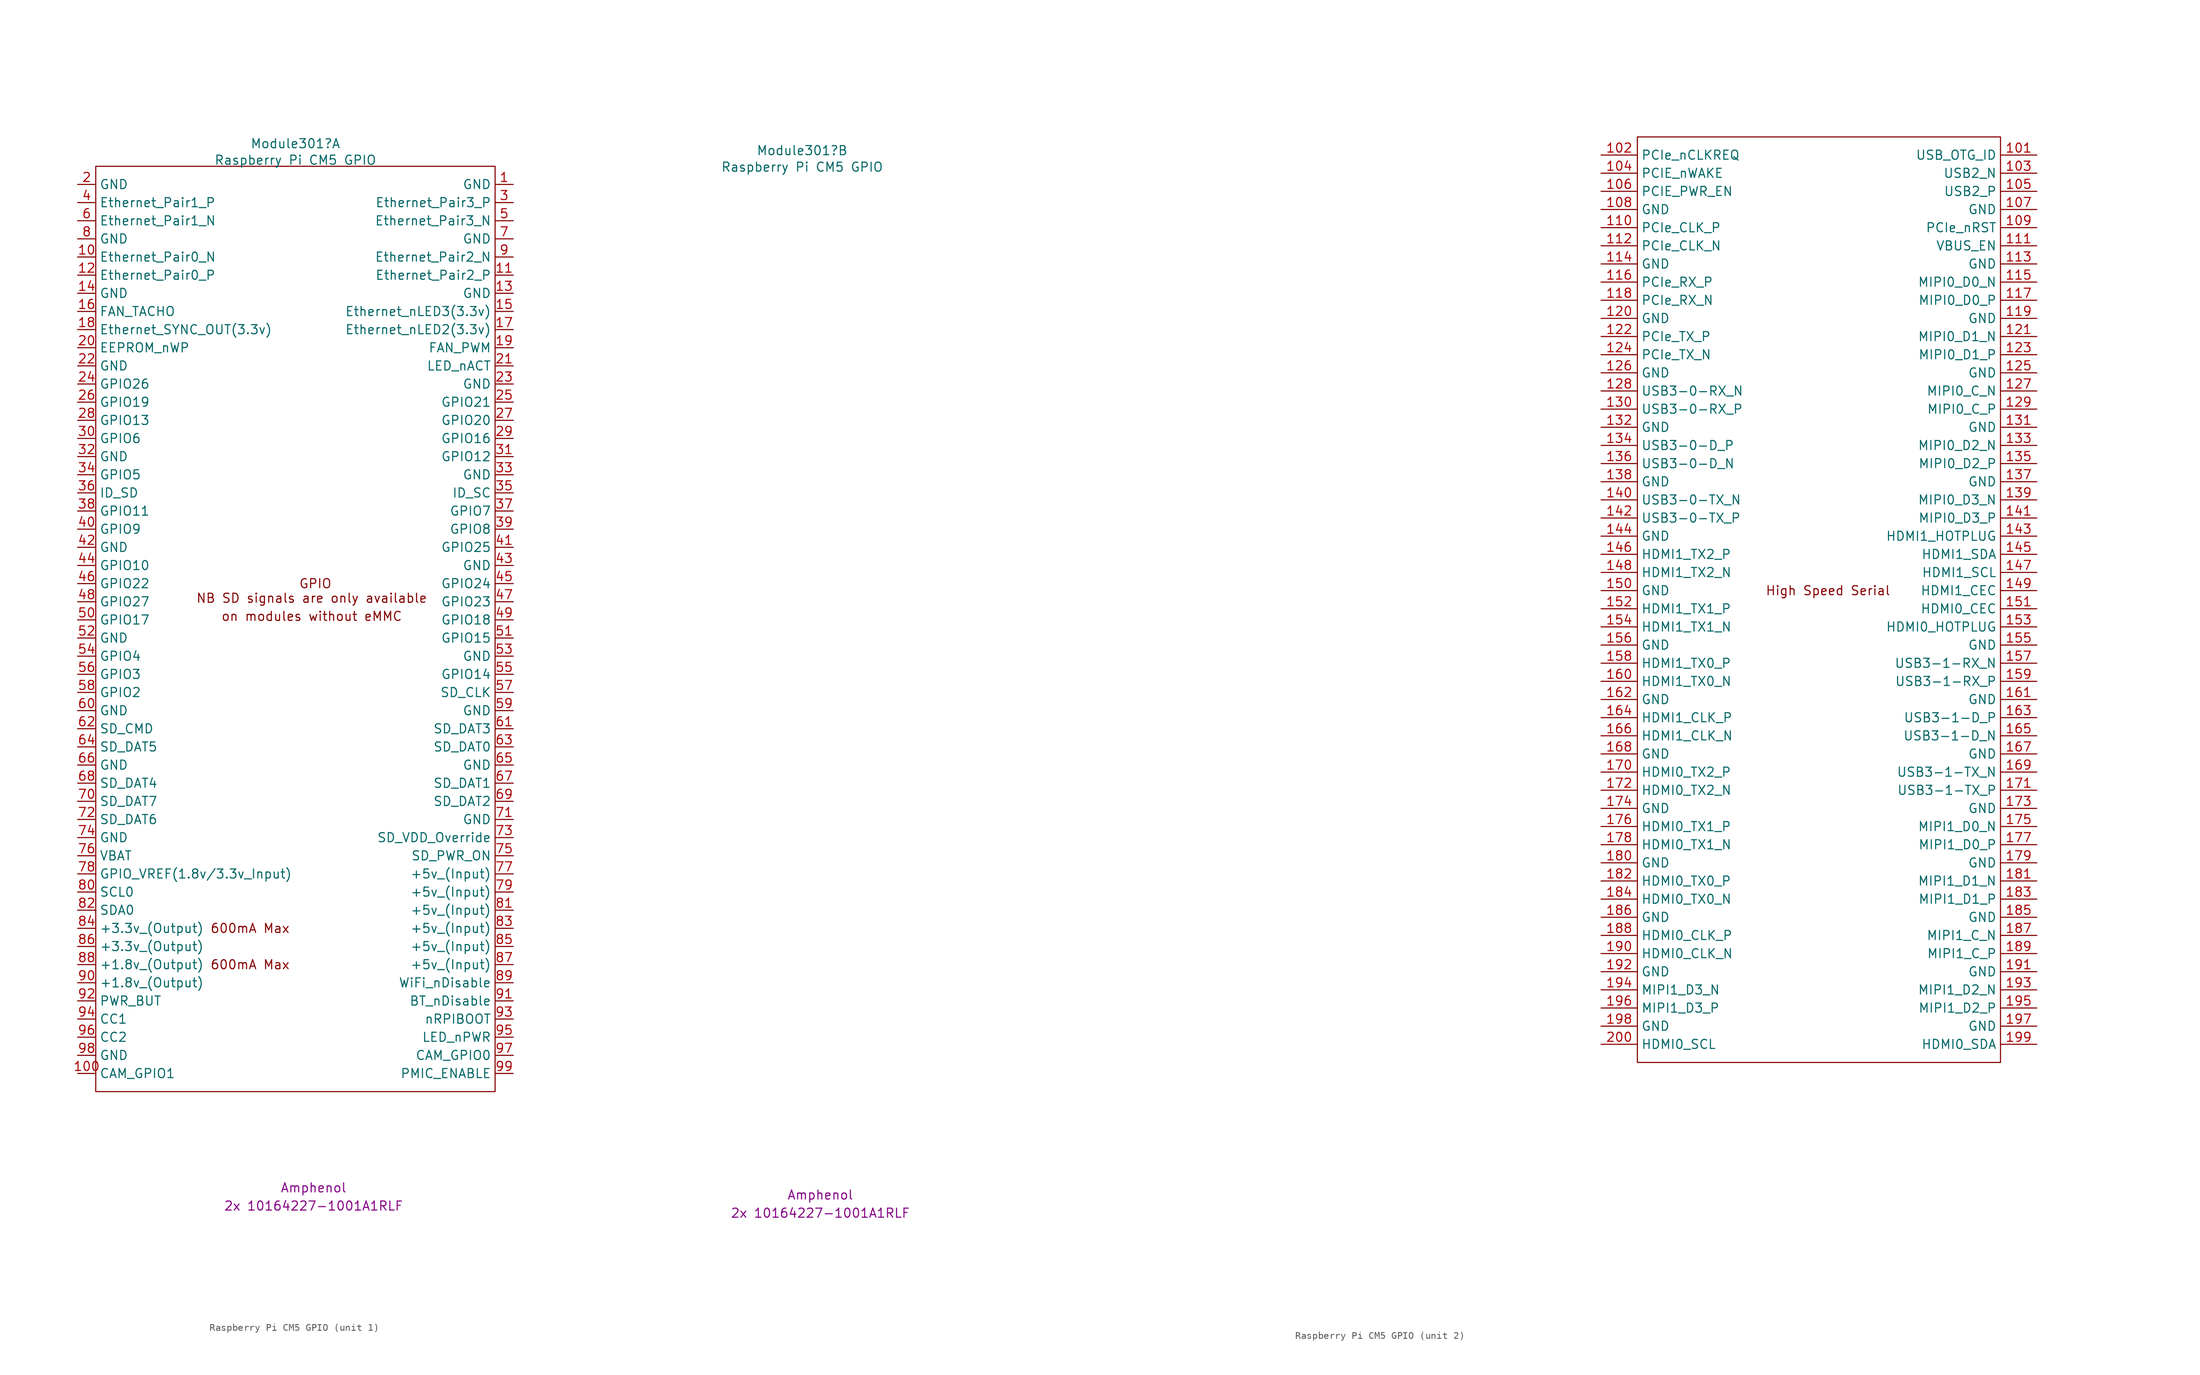
<source format=kicad_sym>
(kicad_symbol_lib
  (version 20231120)
  (generator "kicad_symbol_editor")
  (generator_version "8.0")
  (symbol "Raspberry Pi CM5 GPIO"
    (property "Reference" "Module301"
      (at -2.54 61.595 0)
      (effects (font (size 1.27 1.27))))
    (property "Value" "Raspberry Pi CM5 GPIO"
      (at -2.54 59.284 0)
      (effects (font (size 1.27 1.27))))
    (property "Field4" "Amphenol"
      (at 0 -84.582 0)
      (effects (font (size 1.27 1.27))))
    (property "Field5" "2x 10164227-1001A1RLF"
      (at 0 -87.122 0)
      (effects (font (size 1.27 1.27))))
    (property "ki_locked" ""
      (at 0 0 0)
      (effects (font (size 1.27 1.27))))
    (symbol "Raspberry Pi CM5 GPIO_1_0"
      (text "GPIO" (at 0.254 0 0) (effects (font (size 1.27 1.27)))))
    (symbol "Raspberry Pi CM5 GPIO_1_1"
      (rectangle (start -30.48 -71.12) (end 25.4 58.42) (stroke (width 0) (type default)) (fill (type none)))
      (text "600mA Max" (at -8.89 -53.34 0) (effects (font (size 1.27 1.27))))
      (text "600mA Max" (at -8.89 -48.26 0) (effects (font (size 1.27 1.27))))
      (text "NB SD signals are only available" (at -0.254 -2.032 0) (effects (font (size 1.27 1.27))))
      (text "on modules without eMMC" (at -0.254 -4.572 0) (effects (font (size 1.27 1.27))))
      (pin power_in line (at 27.94 55.88 180) (length 2.54) (name "GND" (effects (font (size 1.27 1.27)))) (number "1" (effects (font (size 1.27 1.27)))))
      (pin passive line (at -33.02 45.72 0) (length 2.54) (name "Ethernet_Pair0_N" (effects (font (size 1.27 1.27)))) (number "10" (effects (font (size 1.27 1.27)))))
      (pin passive line (at -33.02 -68.58 0) (length 2.54) (name "CAM_GPIO1" (effects (font (size 1.27 1.27)))) (number "100" (effects (font (size 1.27 1.27)))))
      (pin passive line (at 27.94 43.18 180) (length 2.54) (name "Ethernet_Pair2_P" (effects (font (size 1.27 1.27)))) (number "11" (effects (font (size 1.27 1.27)))))
      (pin passive line (at -33.02 43.18 0) (length 2.54) (name "Ethernet_Pair0_P" (effects (font (size 1.27 1.27)))) (number "12" (effects (font (size 1.27 1.27)))))
      (pin power_in line (at 27.94 40.64 180) (length 2.54) (name "GND" (effects (font (size 1.27 1.27)))) (number "13" (effects (font (size 1.27 1.27)))))
      (pin power_in line (at -33.02 40.64 0) (length 2.54) (name "GND" (effects (font (size 1.27 1.27)))) (number "14" (effects (font (size 1.27 1.27)))))
      (pin output line (at 27.94 38.1 180) (length 2.54) (name "Ethernet_nLED3(3.3v)" (effects (font (size 1.27 1.27)))) (number "15" (effects (font (size 1.27 1.27)))))
      (pin input line (at -33.02 38.1 0) (length 2.54) (name "FAN_TACHO" (effects (font (size 1.27 1.27)))) (number "16" (effects (font (size 1.27 1.27)))))
      (pin output line (at 27.94 35.56 180) (length 2.54) (name "Ethernet_nLED2(3.3v)" (effects (font (size 1.27 1.27)))) (number "17" (effects (font (size 1.27 1.27)))))
      (pin input line (at -33.02 35.56 0) (length 2.54) (name "Ethernet_SYNC_OUT(3.3v)" (effects (font (size 1.27 1.27)))) (number "18" (effects (font (size 1.27 1.27)))))
      (pin output line (at 27.94 33.02 180) (length 2.54) (name "FAN_PWM" (effects (font (size 1.27 1.27)))) (number "19" (effects (font (size 1.27 1.27)))))
      (pin power_in line (at -33.02 55.88 0) (length 2.54) (name "GND" (effects (font (size 1.27 1.27)))) (number "2" (effects (font (size 1.27 1.27)))))
      (pin passive line (at -33.02 33.02 0) (length 2.54) (name "EEPROM_nWP" (effects (font (size 1.27 1.27)))) (number "20" (effects (font (size 1.27 1.27)))))
      (pin open_collector line (at 27.94 30.48 180) (length 2.54) (name "LED_nACT" (effects (font (size 1.27 1.27)))) (number "21" (effects (font (size 1.27 1.27)))))
      (pin power_in line (at -33.02 30.48 0) (length 2.54) (name "GND" (effects (font (size 1.27 1.27)))) (number "22" (effects (font (size 1.27 1.27)))))
      (pin power_in line (at 27.94 27.94 180) (length 2.54) (name "GND" (effects (font (size 1.27 1.27)))) (number "23" (effects (font (size 1.27 1.27)))))
      (pin passive line (at -33.02 27.94 0) (length 2.54) (name "GPIO26" (effects (font (size 1.27 1.27)))) (number "24" (effects (font (size 1.27 1.27)))))
      (pin passive line (at 27.94 25.4 180) (length 2.54) (name "GPIO21" (effects (font (size 1.27 1.27)))) (number "25" (effects (font (size 1.27 1.27)))))
      (pin passive line (at -33.02 25.4 0) (length 2.54) (name "GPIO19" (effects (font (size 1.27 1.27)))) (number "26" (effects (font (size 1.27 1.27)))))
      (pin passive line (at 27.94 22.86 180) (length 2.54) (name "GPIO20" (effects (font (size 1.27 1.27)))) (number "27" (effects (font (size 1.27 1.27)))))
      (pin passive line (at -33.02 22.86 0) (length 2.54) (name "GPIO13" (effects (font (size 1.27 1.27)))) (number "28" (effects (font (size 1.27 1.27)))))
      (pin passive line (at 27.94 20.32 180) (length 2.54) (name "GPIO16" (effects (font (size 1.27 1.27)))) (number "29" (effects (font (size 1.27 1.27)))))
      (pin passive line (at 27.94 53.34 180) (length 2.54) (name "Ethernet_Pair3_P" (effects (font (size 1.27 1.27)))) (number "3" (effects (font (size 1.27 1.27)))))
      (pin passive line (at -33.02 20.32 0) (length 2.54) (name "GPIO6" (effects (font (size 1.27 1.27)))) (number "30" (effects (font (size 1.27 1.27)))))
      (pin passive line (at 27.94 17.78 180) (length 2.54) (name "GPIO12" (effects (font (size 1.27 1.27)))) (number "31" (effects (font (size 1.27 1.27)))))
      (pin power_in line (at -33.02 17.78 0) (length 2.54) (name "GND" (effects (font (size 1.27 1.27)))) (number "32" (effects (font (size 1.27 1.27)))))
      (pin power_in line (at 27.94 15.24 180) (length 2.54) (name "GND" (effects (font (size 1.27 1.27)))) (number "33" (effects (font (size 1.27 1.27)))))
      (pin passive line (at -33.02 15.24 0) (length 2.54) (name "GPIO5" (effects (font (size 1.27 1.27)))) (number "34" (effects (font (size 1.27 1.27)))))
      (pin passive line (at 27.94 12.7 180) (length 2.54) (name "ID_SC" (effects (font (size 1.27 1.27)))) (number "35" (effects (font (size 1.27 1.27)))))
      (pin passive line (at -33.02 12.7 0) (length 2.54) (name "ID_SD" (effects (font (size 1.27 1.27)))) (number "36" (effects (font (size 1.27 1.27)))))
      (pin passive line (at 27.94 10.16 180) (length 2.54) (name "GPIO7" (effects (font (size 1.27 1.27)))) (number "37" (effects (font (size 1.27 1.27)))))
      (pin passive line (at -33.02 10.16 0) (length 2.54) (name "GPIO11" (effects (font (size 1.27 1.27)))) (number "38" (effects (font (size 1.27 1.27)))))
      (pin passive line (at 27.94 7.62 180) (length 2.54) (name "GPIO8" (effects (font (size 1.27 1.27)))) (number "39" (effects (font (size 1.27 1.27)))))
      (pin passive line (at -33.02 53.34 0) (length 2.54) (name "Ethernet_Pair1_P" (effects (font (size 1.27 1.27)))) (number "4" (effects (font (size 1.27 1.27)))))
      (pin passive line (at -33.02 7.62 0) (length 2.54) (name "GPIO9" (effects (font (size 1.27 1.27)))) (number "40" (effects (font (size 1.27 1.27)))))
      (pin passive line (at 27.94 5.08 180) (length 2.54) (name "GPIO25" (effects (font (size 1.27 1.27)))) (number "41" (effects (font (size 1.27 1.27)))))
      (pin power_in line (at -33.02 5.08 0) (length 2.54) (name "GND" (effects (font (size 1.27 1.27)))) (number "42" (effects (font (size 1.27 1.27)))))
      (pin power_in line (at 27.94 2.54 180) (length 2.54) (name "GND" (effects (font (size 1.27 1.27)))) (number "43" (effects (font (size 1.27 1.27)))))
      (pin passive line (at -33.02 2.54 0) (length 2.54) (name "GPIO10" (effects (font (size 1.27 1.27)))) (number "44" (effects (font (size 1.27 1.27)))))
      (pin passive line (at 27.94 0 180) (length 2.54) (name "GPIO24" (effects (font (size 1.27 1.27)))) (number "45" (effects (font (size 1.27 1.27)))))
      (pin passive line (at -33.02 0 0) (length 2.54) (name "GPIO22" (effects (font (size 1.27 1.27)))) (number "46" (effects (font (size 1.27 1.27)))))
      (pin passive line (at 27.94 -2.54 180) (length 2.54) (name "GPIO23" (effects (font (size 1.27 1.27)))) (number "47" (effects (font (size 1.27 1.27)))))
      (pin passive line (at -33.02 -2.54 0) (length 2.54) (name "GPIO27" (effects (font (size 1.27 1.27)))) (number "48" (effects (font (size 1.27 1.27)))))
      (pin passive line (at 27.94 -5.08 180) (length 2.54) (name "GPIO18" (effects (font (size 1.27 1.27)))) (number "49" (effects (font (size 1.27 1.27)))))
      (pin passive line (at 27.94 50.8 180) (length 2.54) (name "Ethernet_Pair3_N" (effects (font (size 1.27 1.27)))) (number "5" (effects (font (size 1.27 1.27)))))
      (pin passive line (at -33.02 -5.08 0) (length 2.54) (name "GPIO17" (effects (font (size 1.27 1.27)))) (number "50" (effects (font (size 1.27 1.27)))))
      (pin passive line (at 27.94 -7.62 180) (length 2.54) (name "GPIO15" (effects (font (size 1.27 1.27)))) (number "51" (effects (font (size 1.27 1.27)))))
      (pin power_in line (at -33.02 -7.62 0) (length 2.54) (name "GND" (effects (font (size 1.27 1.27)))) (number "52" (effects (font (size 1.27 1.27)))))
      (pin power_in line (at 27.94 -10.16 180) (length 2.54) (name "GND" (effects (font (size 1.27 1.27)))) (number "53" (effects (font (size 1.27 1.27)))))
      (pin passive line (at -33.02 -10.16 0) (length 2.54) (name "GPIO4" (effects (font (size 1.27 1.27)))) (number "54" (effects (font (size 1.27 1.27)))))
      (pin passive line (at 27.94 -12.7 180) (length 2.54) (name "GPIO14" (effects (font (size 1.27 1.27)))) (number "55" (effects (font (size 1.27 1.27)))))
      (pin passive line (at -33.02 -12.7 0) (length 2.54) (name "GPIO3" (effects (font (size 1.27 1.27)))) (number "56" (effects (font (size 1.27 1.27)))))
      (pin passive line (at 27.94 -15.24 180) (length 2.54) (name "SD_CLK" (effects (font (size 1.27 1.27)))) (number "57" (effects (font (size 1.27 1.27)))))
      (pin passive line (at -33.02 -15.24 0) (length 2.54) (name "GPIO2" (effects (font (size 1.27 1.27)))) (number "58" (effects (font (size 1.27 1.27)))))
      (pin power_in line (at 27.94 -17.78 180) (length 2.54) (name "GND" (effects (font (size 1.27 1.27)))) (number "59" (effects (font (size 1.27 1.27)))))
      (pin passive line (at -33.02 50.8 0) (length 2.54) (name "Ethernet_Pair1_N" (effects (font (size 1.27 1.27)))) (number "6" (effects (font (size 1.27 1.27)))))
      (pin power_in line (at -33.02 -17.78 0) (length 2.54) (name "GND" (effects (font (size 1.27 1.27)))) (number "60" (effects (font (size 1.27 1.27)))))
      (pin passive line (at 27.94 -20.32 180) (length 2.54) (name "SD_DAT3" (effects (font (size 1.27 1.27)))) (number "61" (effects (font (size 1.27 1.27)))))
      (pin passive line (at -33.02 -20.32 0) (length 2.54) (name "SD_CMD" (effects (font (size 1.27 1.27)))) (number "62" (effects (font (size 1.27 1.27)))))
      (pin passive line (at 27.94 -22.86 180) (length 2.54) (name "SD_DAT0" (effects (font (size 1.27 1.27)))) (number "63" (effects (font (size 1.27 1.27)))))
      (pin passive line (at -33.02 -22.86 0) (length 2.54) (name "SD_DAT5" (effects (font (size 1.27 1.27)))) (number "64" (effects (font (size 1.27 1.27)))))
      (pin power_in line (at 27.94 -25.4 180) (length 2.54) (name "GND" (effects (font (size 1.27 1.27)))) (number "65" (effects (font (size 1.27 1.27)))))
      (pin power_in line (at -33.02 -25.4 0) (length 2.54) (name "GND" (effects (font (size 1.27 1.27)))) (number "66" (effects (font (size 1.27 1.27)))))
      (pin passive line (at 27.94 -27.94 180) (length 2.54) (name "SD_DAT1" (effects (font (size 1.27 1.27)))) (number "67" (effects (font (size 1.27 1.27)))))
      (pin passive line (at -33.02 -27.94 0) (length 2.54) (name "SD_DAT4" (effects (font (size 1.27 1.27)))) (number "68" (effects (font (size 1.27 1.27)))))
      (pin passive line (at 27.94 -30.48 180) (length 2.54) (name "SD_DAT2" (effects (font (size 1.27 1.27)))) (number "69" (effects (font (size 1.27 1.27)))))
      (pin power_in line (at 27.94 48.26 180) (length 2.54) (name "GND" (effects (font (size 1.27 1.27)))) (number "7" (effects (font (size 1.27 1.27)))))
      (pin passive line (at -33.02 -30.48 0) (length 2.54) (name "SD_DAT7" (effects (font (size 1.27 1.27)))) (number "70" (effects (font (size 1.27 1.27)))))
      (pin power_in line (at 27.94 -33.02 180) (length 2.54) (name "GND" (effects (font (size 1.27 1.27)))) (number "71" (effects (font (size 1.27 1.27)))))
      (pin passive line (at -33.02 -33.02 0) (length 2.54) (name "SD_DAT6" (effects (font (size 1.27 1.27)))) (number "72" (effects (font (size 1.27 1.27)))))
      (pin input line (at 27.94 -35.56 180) (length 2.54) (name "SD_VDD_Override" (effects (font (size 1.27 1.27)))) (number "73" (effects (font (size 1.27 1.27)))))
      (pin power_in line (at -33.02 -35.56 0) (length 2.54) (name "GND" (effects (font (size 1.27 1.27)))) (number "74" (effects (font (size 1.27 1.27)))))
      (pin output line (at 27.94 -38.1 180) (length 2.54) (name "SD_PWR_ON" (effects (font (size 1.27 1.27)))) (number "75" (effects (font (size 1.27 1.27)))))
      (pin passive line (at -33.02 -38.1 0) (length 2.54) (name "VBAT" (effects (font (size 1.27 1.27)))) (number "76" (effects (font (size 1.27 1.27)))))
      (pin power_in line (at 27.94 -40.64 180) (length 2.54) (name "+5v_(Input)" (effects (font (size 1.27 1.27)))) (number "77" (effects (font (size 1.27 1.27)))))
      (pin power_in line (at -33.02 -40.64 0) (length 2.54) (name "GPIO_VREF(1.8v/3.3v_Input)" (effects (font (size 1.27 1.27)))) (number "78" (effects (font (size 1.27 1.27)))))
      (pin power_in line (at 27.94 -43.18 180) (length 2.54) (name "+5v_(Input)" (effects (font (size 1.27 1.27)))) (number "79" (effects (font (size 1.27 1.27)))))
      (pin power_in line (at -33.02 48.26 0) (length 2.54) (name "GND" (effects (font (size 1.27 1.27)))) (number "8" (effects (font (size 1.27 1.27)))))
      (pin passive line (at -33.02 -43.18 0) (length 2.54) (name "SCL0" (effects (font (size 1.27 1.27)))) (number "80" (effects (font (size 1.27 1.27)))))
      (pin power_in line (at 27.94 -45.72 180) (length 2.54) (name "+5v_(Input)" (effects (font (size 1.27 1.27)))) (number "81" (effects (font (size 1.27 1.27)))))
      (pin passive line (at -33.02 -45.72 0) (length 2.54) (name "SDA0" (effects (font (size 1.27 1.27)))) (number "82" (effects (font (size 1.27 1.27)))))
      (pin power_in line (at 27.94 -48.26 180) (length 2.54) (name "+5v_(Input)" (effects (font (size 1.27 1.27)))) (number "83" (effects (font (size 1.27 1.27)))))
      (pin power_out line (at -33.02 -48.26 0) (length 2.54) (name "+3.3v_(Output)" (effects (font (size 1.27 1.27)))) (number "84" (effects (font (size 1.27 1.27)))))
      (pin power_in line (at 27.94 -50.8 180) (length 2.54) (name "+5v_(Input)" (effects (font (size 1.27 1.27)))) (number "85" (effects (font (size 1.27 1.27)))))
      (pin passive line (at -33.02 -50.8 0) (length 2.54) (name "+3.3v_(Output)" (effects (font (size 1.27 1.27)))) (number "86" (effects (font (size 1.27 1.27)))))
      (pin power_in line (at 27.94 -53.34 180) (length 2.54) (name "+5v_(Input)" (effects (font (size 1.27 1.27)))) (number "87" (effects (font (size 1.27 1.27)))))
      (pin power_out line (at -33.02 -53.34 0) (length 2.54) (name "+1.8v_(Output)" (effects (font (size 1.27 1.27)))) (number "88" (effects (font (size 1.27 1.27)))))
      (pin input line (at 27.94 -55.88 180) (length 2.54) (name "WiFi_nDisable" (effects (font (size 1.27 1.27)))) (number "89" (effects (font (size 1.27 1.27)))))
      (pin passive line (at 27.94 45.72 180) (length 2.54) (name "Ethernet_Pair2_N" (effects (font (size 1.27 1.27)))) (number "9" (effects (font (size 1.27 1.27)))))
      (pin passive line (at -33.02 -55.88 0) (length 2.54) (name "+1.8v_(Output)" (effects (font (size 1.27 1.27)))) (number "90" (effects (font (size 1.27 1.27)))))
      (pin input line (at 27.94 -58.42 180) (length 2.54) (name "BT_nDisable" (effects (font (size 1.27 1.27)))) (number "91" (effects (font (size 1.27 1.27)))))
      (pin passive line (at -33.02 -58.42 0) (length 2.54) (name "PWR_BUT" (effects (font (size 1.27 1.27)))) (number "92" (effects (font (size 1.27 1.27)))))
      (pin input line (at 27.94 -60.96 180) (length 2.54) (name "nRPIBOOT" (effects (font (size 1.27 1.27)))) (number "93" (effects (font (size 1.27 1.27)))))
      (pin passive line (at -33.02 -60.96 0) (length 2.54) (name "CC1" (effects (font (size 1.27 1.27)))) (number "94" (effects (font (size 1.27 1.27)))))
      (pin output line (at 27.94 -63.5 180) (length 2.54) (name "LED_nPWR" (effects (font (size 1.27 1.27)))) (number "95" (effects (font (size 1.27 1.27)))))
      (pin passive line (at -33.02 -63.5 0) (length 2.54) (name "CC2" (effects (font (size 1.27 1.27)))) (number "96" (effects (font (size 1.27 1.27)))))
      (pin passive line (at 27.94 -66.04 180) (length 2.54) (name "CAM_GPIO0" (effects (font (size 1.27 1.27)))) (number "97" (effects (font (size 1.27 1.27)))))
      (pin power_in line (at -33.02 -66.04 0) (length 2.54) (name "GND" (effects (font (size 1.27 1.27)))) (number "98" (effects (font (size 1.27 1.27)))))
      (pin input line (at 27.94 -68.58 180) (length 2.54) (name "PMIC_ENABLE" (effects (font (size 1.27 1.27)))) (number "99" (effects (font (size 1.27 1.27))))))
    (symbol "Raspberry Pi CM5 GPIO_2_1"
      (rectangle (start 114.3 -66.04) (end 165.1 63.5) (stroke (width 0) (type default)) (fill (type none)))
      (text "High Speed Serial" (at 140.97 0 0) (effects (font (size 1.27 1.27))))
      (pin input line (at 170.18 60.96 180) (length 5.08) (name "USB_OTG_ID" (effects (font (size 1.27 1.27)))) (number "101" (effects (font (size 1.27 1.27)))))
      (pin input line (at 109.22 60.96 0) (length 5.08) (name "PCIe_nCLKREQ" (effects (font (size 1.27 1.27)))) (number "102" (effects (font (size 1.27 1.27)))))
      (pin passive line (at 170.18 58.42 180) (length 5.08) (name "USB2_N" (effects (font (size 1.27 1.27)))) (number "103" (effects (font (size 1.27 1.27)))))
      (pin input line (at 109.22 58.42 0) (length 5.08) (name "PCIE_nWAKE" (effects (font (size 1.27 1.27)))) (number "104" (effects (font (size 1.27 1.27)))))
      (pin passive line (at 170.18 55.88 180) (length 5.08) (name "USB2_P" (effects (font (size 1.27 1.27)))) (number "105" (effects (font (size 1.27 1.27)))))
      (pin output line (at 109.22 55.88 0) (length 5.08) (name "PCIE_PWR_EN" (effects (font (size 1.27 1.27)))) (number "106" (effects (font (size 1.27 1.27)))))
      (pin power_in line (at 170.18 53.34 180) (length 5.08) (name "GND" (effects (font (size 1.27 1.27)))) (number "107" (effects (font (size 1.27 1.27)))))
      (pin power_in line (at 109.22 53.34 0) (length 5.08) (name "GND" (effects (font (size 1.27 1.27)))) (number "108" (effects (font (size 1.27 1.27)))))
      (pin output line (at 170.18 50.8 180) (length 5.08) (name "PCIe_nRST" (effects (font (size 1.27 1.27)))) (number "109" (effects (font (size 1.27 1.27)))))
      (pin output line (at 109.22 50.8 0) (length 5.08) (name "PCIe_CLK_P" (effects (font (size 1.27 1.27)))) (number "110" (effects (font (size 1.27 1.27)))))
      (pin output line (at 170.18 48.26 180) (length 5.08) (name "VBUS_EN" (effects (font (size 1.27 1.27)))) (number "111" (effects (font (size 1.27 1.27)))))
      (pin output line (at 109.22 48.26 0) (length 5.08) (name "PCIe_CLK_N" (effects (font (size 1.27 1.27)))) (number "112" (effects (font (size 1.27 1.27)))))
      (pin power_in line (at 170.18 45.72 180) (length 5.08) (name "GND" (effects (font (size 1.27 1.27)))) (number "113" (effects (font (size 1.27 1.27)))))
      (pin power_in line (at 109.22 45.72 0) (length 5.08) (name "GND" (effects (font (size 1.27 1.27)))) (number "114" (effects (font (size 1.27 1.27)))))
      (pin input line (at 170.18 43.18 180) (length 5.08) (name "MIPI0_D0_N" (effects (font (size 1.27 1.27)))) (number "115" (effects (font (size 1.27 1.27)))))
      (pin input line (at 109.22 43.18 0) (length 5.08) (name "PCIe_RX_P" (effects (font (size 1.27 1.27)))) (number "116" (effects (font (size 1.27 1.27)))))
      (pin input line (at 170.18 40.64 180) (length 5.08) (name "MIPI0_D0_P" (effects (font (size 1.27 1.27)))) (number "117" (effects (font (size 1.27 1.27)))))
      (pin input line (at 109.22 40.64 0) (length 5.08) (name "PCIe_RX_N" (effects (font (size 1.27 1.27)))) (number "118" (effects (font (size 1.27 1.27)))))
      (pin power_in line (at 170.18 38.1 180) (length 5.08) (name "GND" (effects (font (size 1.27 1.27)))) (number "119" (effects (font (size 1.27 1.27)))))
      (pin power_in line (at 109.22 38.1 0) (length 5.08) (name "GND" (effects (font (size 1.27 1.27)))) (number "120" (effects (font (size 1.27 1.27)))))
      (pin input line (at 170.18 35.56 180) (length 5.08) (name "MIPI0_D1_N" (effects (font (size 1.27 1.27)))) (number "121" (effects (font (size 1.27 1.27)))))
      (pin output line (at 109.22 35.56 0) (length 5.08) (name "PCIe_TX_P" (effects (font (size 1.27 1.27)))) (number "122" (effects (font (size 1.27 1.27)))))
      (pin input line (at 170.18 33.02 180) (length 5.08) (name "MIPI0_D1_P" (effects (font (size 1.27 1.27)))) (number "123" (effects (font (size 1.27 1.27)))))
      (pin output line (at 109.22 33.02 0) (length 5.08) (name "PCIe_TX_N" (effects (font (size 1.27 1.27)))) (number "124" (effects (font (size 1.27 1.27)))))
      (pin power_in line (at 170.18 30.48 180) (length 5.08) (name "GND" (effects (font (size 1.27 1.27)))) (number "125" (effects (font (size 1.27 1.27)))))
      (pin power_in line (at 109.22 30.48 0) (length 5.08) (name "GND" (effects (font (size 1.27 1.27)))) (number "126" (effects (font (size 1.27 1.27)))))
      (pin input line (at 170.18 27.94 180) (length 5.08) (name "MIPI0_C_N" (effects (font (size 1.27 1.27)))) (number "127" (effects (font (size 1.27 1.27)))))
      (pin input line (at 109.22 27.94 0) (length 5.08) (name "USB3-0-RX_N" (effects (font (size 1.27 1.27)))) (number "128" (effects (font (size 1.27 1.27)))))
      (pin input line (at 170.18 25.4 180) (length 5.08) (name "MIPI0_C_P" (effects (font (size 1.27 1.27)))) (number "129" (effects (font (size 1.27 1.27)))))
      (pin input line (at 109.22 25.4 0) (length 5.08) (name "USB3-0-RX_P" (effects (font (size 1.27 1.27)))) (number "130" (effects (font (size 1.27 1.27)))))
      (pin power_in line (at 170.18 22.86 180) (length 5.08) (name "GND" (effects (font (size 1.27 1.27)))) (number "131" (effects (font (size 1.27 1.27)))))
      (pin power_in line (at 109.22 22.86 0) (length 5.08) (name "GND" (effects (font (size 1.27 1.27)))) (number "132" (effects (font (size 1.27 1.27)))))
      (pin input line (at 170.18 20.32 180) (length 5.08) (name "MIPI0_D2_N" (effects (font (size 1.27 1.27)))) (number "133" (effects (font (size 1.27 1.27)))))
      (pin passive line (at 109.22 20.32 0) (length 5.08) (name "USB3-0-D_P" (effects (font (size 1.27 1.27)))) (number "134" (effects (font (size 1.27 1.27)))))
      (pin input line (at 170.18 17.78 180) (length 5.08) (name "MIPI0_D2_P" (effects (font (size 1.27 1.27)))) (number "135" (effects (font (size 1.27 1.27)))))
      (pin passive line (at 109.22 17.78 0) (length 5.08) (name "USB3-0-D_N" (effects (font (size 1.27 1.27)))) (number "136" (effects (font (size 1.27 1.27)))))
      (pin power_in line (at 170.18 15.24 180) (length 5.08) (name "GND" (effects (font (size 1.27 1.27)))) (number "137" (effects (font (size 1.27 1.27)))))
      (pin power_in line (at 109.22 15.24 0) (length 5.08) (name "GND" (effects (font (size 1.27 1.27)))) (number "138" (effects (font (size 1.27 1.27)))))
      (pin input line (at 170.18 12.7 180) (length 5.08) (name "MIPI0_D3_N" (effects (font (size 1.27 1.27)))) (number "139" (effects (font (size 1.27 1.27)))))
      (pin output line (at 109.22 12.7 0) (length 5.08) (name "USB3-0-TX_N" (effects (font (size 1.27 1.27)))) (number "140" (effects (font (size 1.27 1.27)))))
      (pin input line (at 170.18 10.16 180) (length 5.08) (name "MIPI0_D3_P" (effects (font (size 1.27 1.27)))) (number "141" (effects (font (size 1.27 1.27)))))
      (pin output line (at 109.22 10.16 0) (length 5.08) (name "USB3-0-TX_P" (effects (font (size 1.27 1.27)))) (number "142" (effects (font (size 1.27 1.27)))))
      (pin input line (at 170.18 7.62 180) (length 5.08) (name "HDMI1_HOTPLUG" (effects (font (size 1.27 1.27)))) (number "143" (effects (font (size 1.27 1.27)))))
      (pin power_in line (at 109.22 7.62 0) (length 5.08) (name "GND" (effects (font (size 1.27 1.27)))) (number "144" (effects (font (size 1.27 1.27)))))
      (pin bidirectional line (at 170.18 5.08 180) (length 5.08) (name "HDMI1_SDA" (effects (font (size 1.27 1.27)))) (number "145" (effects (font (size 1.27 1.27)))))
      (pin output line (at 109.22 5.08 0) (length 5.08) (name "HDMI1_TX2_P" (effects (font (size 1.27 1.27)))) (number "146" (effects (font (size 1.27 1.27)))))
      (pin open_collector line (at 170.18 2.54 180) (length 5.08) (name "HDMI1_SCL" (effects (font (size 1.27 1.27)))) (number "147" (effects (font (size 1.27 1.27)))))
      (pin output line (at 109.22 2.54 0) (length 5.08) (name "HDMI1_TX2_N" (effects (font (size 1.27 1.27)))) (number "148" (effects (font (size 1.27 1.27)))))
      (pin open_collector line (at 170.18 0 180) (length 5.08) (name "HDMI1_CEC" (effects (font (size 1.27 1.27)))) (number "149" (effects (font (size 1.27 1.27)))))
      (pin power_in line (at 109.22 0 0) (length 5.08) (name "GND" (effects (font (size 1.27 1.27)))) (number "150" (effects (font (size 1.27 1.27)))))
      (pin open_collector line (at 170.18 -2.54 180) (length 5.08) (name "HDMI0_CEC" (effects (font (size 1.27 1.27)))) (number "151" (effects (font (size 1.27 1.27)))))
      (pin output line (at 109.22 -2.54 0) (length 5.08) (name "HDMI1_TX1_P" (effects (font (size 1.27 1.27)))) (number "152" (effects (font (size 1.27 1.27)))))
      (pin input line (at 170.18 -5.08 180) (length 5.08) (name "HDMI0_HOTPLUG" (effects (font (size 1.27 1.27)))) (number "153" (effects (font (size 1.27 1.27)))))
      (pin output line (at 109.22 -5.08 0) (length 5.08) (name "HDMI1_TX1_N" (effects (font (size 1.27 1.27)))) (number "154" (effects (font (size 1.27 1.27)))))
      (pin power_in line (at 170.18 -7.62 180) (length 5.08) (name "GND" (effects (font (size 1.27 1.27)))) (number "155" (effects (font (size 1.27 1.27)))))
      (pin power_in line (at 109.22 -7.62 0) (length 5.08) (name "GND" (effects (font (size 1.27 1.27)))) (number "156" (effects (font (size 1.27 1.27)))))
      (pin input line (at 170.18 -10.16 180) (length 5.08) (name "USB3-1-RX_N" (effects (font (size 1.27 1.27)))) (number "157" (effects (font (size 1.27 1.27)))))
      (pin output line (at 109.22 -10.16 0) (length 5.08) (name "HDMI1_TX0_P" (effects (font (size 1.27 1.27)))) (number "158" (effects (font (size 1.27 1.27)))))
      (pin input line (at 170.18 -12.7 180) (length 5.08) (name "USB3-1-RX_P" (effects (font (size 1.27 1.27)))) (number "159" (effects (font (size 1.27 1.27)))))
      (pin output line (at 109.22 -12.7 0) (length 5.08) (name "HDMI1_TX0_N" (effects (font (size 1.27 1.27)))) (number "160" (effects (font (size 1.27 1.27)))))
      (pin power_in line (at 170.18 -15.24 180) (length 5.08) (name "GND" (effects (font (size 1.27 1.27)))) (number "161" (effects (font (size 1.27 1.27)))))
      (pin power_in line (at 109.22 -15.24 0) (length 5.08) (name "GND" (effects (font (size 1.27 1.27)))) (number "162" (effects (font (size 1.27 1.27)))))
      (pin passive line (at 170.18 -17.78 180) (length 5.08) (name "USB3-1-D_P" (effects (font (size 1.27 1.27)))) (number "163" (effects (font (size 1.27 1.27)))))
      (pin output line (at 109.22 -17.78 0) (length 5.08) (name "HDMI1_CLK_P" (effects (font (size 1.27 1.27)))) (number "164" (effects (font (size 1.27 1.27)))))
      (pin passive line (at 170.18 -20.32 180) (length 5.08) (name "USB3-1-D_N" (effects (font (size 1.27 1.27)))) (number "165" (effects (font (size 1.27 1.27)))))
      (pin output line (at 109.22 -20.32 0) (length 5.08) (name "HDMI1_CLK_N" (effects (font (size 1.27 1.27)))) (number "166" (effects (font (size 1.27 1.27)))))
      (pin power_in line (at 170.18 -22.86 180) (length 5.08) (name "GND" (effects (font (size 1.27 1.27)))) (number "167" (effects (font (size 1.27 1.27)))))
      (pin power_in line (at 109.22 -22.86 0) (length 5.08) (name "GND" (effects (font (size 1.27 1.27)))) (number "168" (effects (font (size 1.27 1.27)))))
      (pin output line (at 170.18 -25.4 180) (length 5.08) (name "USB3-1-TX_N" (effects (font (size 1.27 1.27)))) (number "169" (effects (font (size 1.27 1.27)))))
      (pin output line (at 109.22 -25.4 0) (length 5.08) (name "HDMI0_TX2_P" (effects (font (size 1.27 1.27)))) (number "170" (effects (font (size 1.27 1.27)))))
      (pin output line (at 170.18 -27.94 180) (length 5.08) (name "USB3-1-TX_P" (effects (font (size 1.27 1.27)))) (number "171" (effects (font (size 1.27 1.27)))))
      (pin output line (at 109.22 -27.94 0) (length 5.08) (name "HDMI0_TX2_N" (effects (font (size 1.27 1.27)))) (number "172" (effects (font (size 1.27 1.27)))))
      (pin power_in line (at 170.18 -30.48 180) (length 5.08) (name "GND" (effects (font (size 1.27 1.27)))) (number "173" (effects (font (size 1.27 1.27)))))
      (pin power_in line (at 109.22 -30.48 0) (length 5.08) (name "GND" (effects (font (size 1.27 1.27)))) (number "174" (effects (font (size 1.27 1.27)))))
      (pin output line (at 170.18 -33.02 180) (length 5.08) (name "MIPI1_D0_N" (effects (font (size 1.27 1.27)))) (number "175" (effects (font (size 1.27 1.27)))))
      (pin output line (at 109.22 -33.02 0) (length 5.08) (name "HDMI0_TX1_P" (effects (font (size 1.27 1.27)))) (number "176" (effects (font (size 1.27 1.27)))))
      (pin output line (at 170.18 -35.56 180) (length 5.08) (name "MIPI1_D0_P" (effects (font (size 1.27 1.27)))) (number "177" (effects (font (size 1.27 1.27)))))
      (pin output line (at 109.22 -35.56 0) (length 5.08) (name "HDMI0_TX1_N" (effects (font (size 1.27 1.27)))) (number "178" (effects (font (size 1.27 1.27)))))
      (pin power_in line (at 170.18 -38.1 180) (length 5.08) (name "GND" (effects (font (size 1.27 1.27)))) (number "179" (effects (font (size 1.27 1.27)))))
      (pin power_in line (at 109.22 -38.1 0) (length 5.08) (name "GND" (effects (font (size 1.27 1.27)))) (number "180" (effects (font (size 1.27 1.27)))))
      (pin output line (at 170.18 -40.64 180) (length 5.08) (name "MIPI1_D1_N" (effects (font (size 1.27 1.27)))) (number "181" (effects (font (size 1.27 1.27)))))
      (pin output line (at 109.22 -40.64 0) (length 5.08) (name "HDMI0_TX0_P" (effects (font (size 1.27 1.27)))) (number "182" (effects (font (size 1.27 1.27)))))
      (pin output line (at 170.18 -43.18 180) (length 5.08) (name "MIPI1_D1_P" (effects (font (size 1.27 1.27)))) (number "183" (effects (font (size 1.27 1.27)))))
      (pin output line (at 109.22 -43.18 0) (length 5.08) (name "HDMI0_TX0_N" (effects (font (size 1.27 1.27)))) (number "184" (effects (font (size 1.27 1.27)))))
      (pin power_in line (at 170.18 -45.72 180) (length 5.08) (name "GND" (effects (font (size 1.27 1.27)))) (number "185" (effects (font (size 1.27 1.27)))))
      (pin power_in line (at 109.22 -45.72 0) (length 5.08) (name "GND" (effects (font (size 1.27 1.27)))) (number "186" (effects (font (size 1.27 1.27)))))
      (pin output line (at 170.18 -48.26 180) (length 5.08) (name "MIPI1_C_N" (effects (font (size 1.27 1.27)))) (number "187" (effects (font (size 1.27 1.27)))))
      (pin output line (at 109.22 -48.26 0) (length 5.08) (name "HDMI0_CLK_P" (effects (font (size 1.27 1.27)))) (number "188" (effects (font (size 1.27 1.27)))))
      (pin output line (at 170.18 -50.8 180) (length 5.08) (name "MIPI1_C_P" (effects (font (size 1.27 1.27)))) (number "189" (effects (font (size 1.27 1.27)))))
      (pin output line (at 109.22 -50.8 0) (length 5.08) (name "HDMI0_CLK_N" (effects (font (size 1.27 1.27)))) (number "190" (effects (font (size 1.27 1.27)))))
      (pin power_in line (at 170.18 -53.34 180) (length 5.08) (name "GND" (effects (font (size 1.27 1.27)))) (number "191" (effects (font (size 1.27 1.27)))))
      (pin power_in line (at 109.22 -53.34 0) (length 5.08) (name "GND" (effects (font (size 1.27 1.27)))) (number "192" (effects (font (size 1.27 1.27)))))
      (pin output line (at 170.18 -55.88 180) (length 5.08) (name "MIPI1_D2_N" (effects (font (size 1.27 1.27)))) (number "193" (effects (font (size 1.27 1.27)))))
      (pin output line (at 109.22 -55.88 0) (length 5.08) (name "MIPI1_D3_N" (effects (font (size 1.27 1.27)))) (number "194" (effects (font (size 1.27 1.27)))))
      (pin output line (at 170.18 -58.42 180) (length 5.08) (name "MIPI1_D2_P" (effects (font (size 1.27 1.27)))) (number "195" (effects (font (size 1.27 1.27)))))
      (pin output line (at 109.22 -58.42 0) (length 5.08) (name "MIPI1_D3_P" (effects (font (size 1.27 1.27)))) (number "196" (effects (font (size 1.27 1.27)))))
      (pin power_in line (at 170.18 -60.96 180) (length 5.08) (name "GND" (effects (font (size 1.27 1.27)))) (number "197" (effects (font (size 1.27 1.27)))))
      (pin power_in line (at 109.22 -60.96 0) (length 5.08) (name "GND" (effects (font (size 1.27 1.27)))) (number "198" (effects (font (size 1.27 1.27)))))
      (pin bidirectional line (at 170.18 -63.5 180) (length 5.08) (name "HDMI0_SDA" (effects (font (size 1.27 1.27)))) (number "199" (effects (font (size 1.27 1.27)))))
      (pin open_collector line (at 109.22 -63.5 0) (length 5.08) (name "HDMI0_SCL" (effects (font (size 1.27 1.27)))) (number "200" (effects (font (size 1.27 1.27))))))))
</source>
